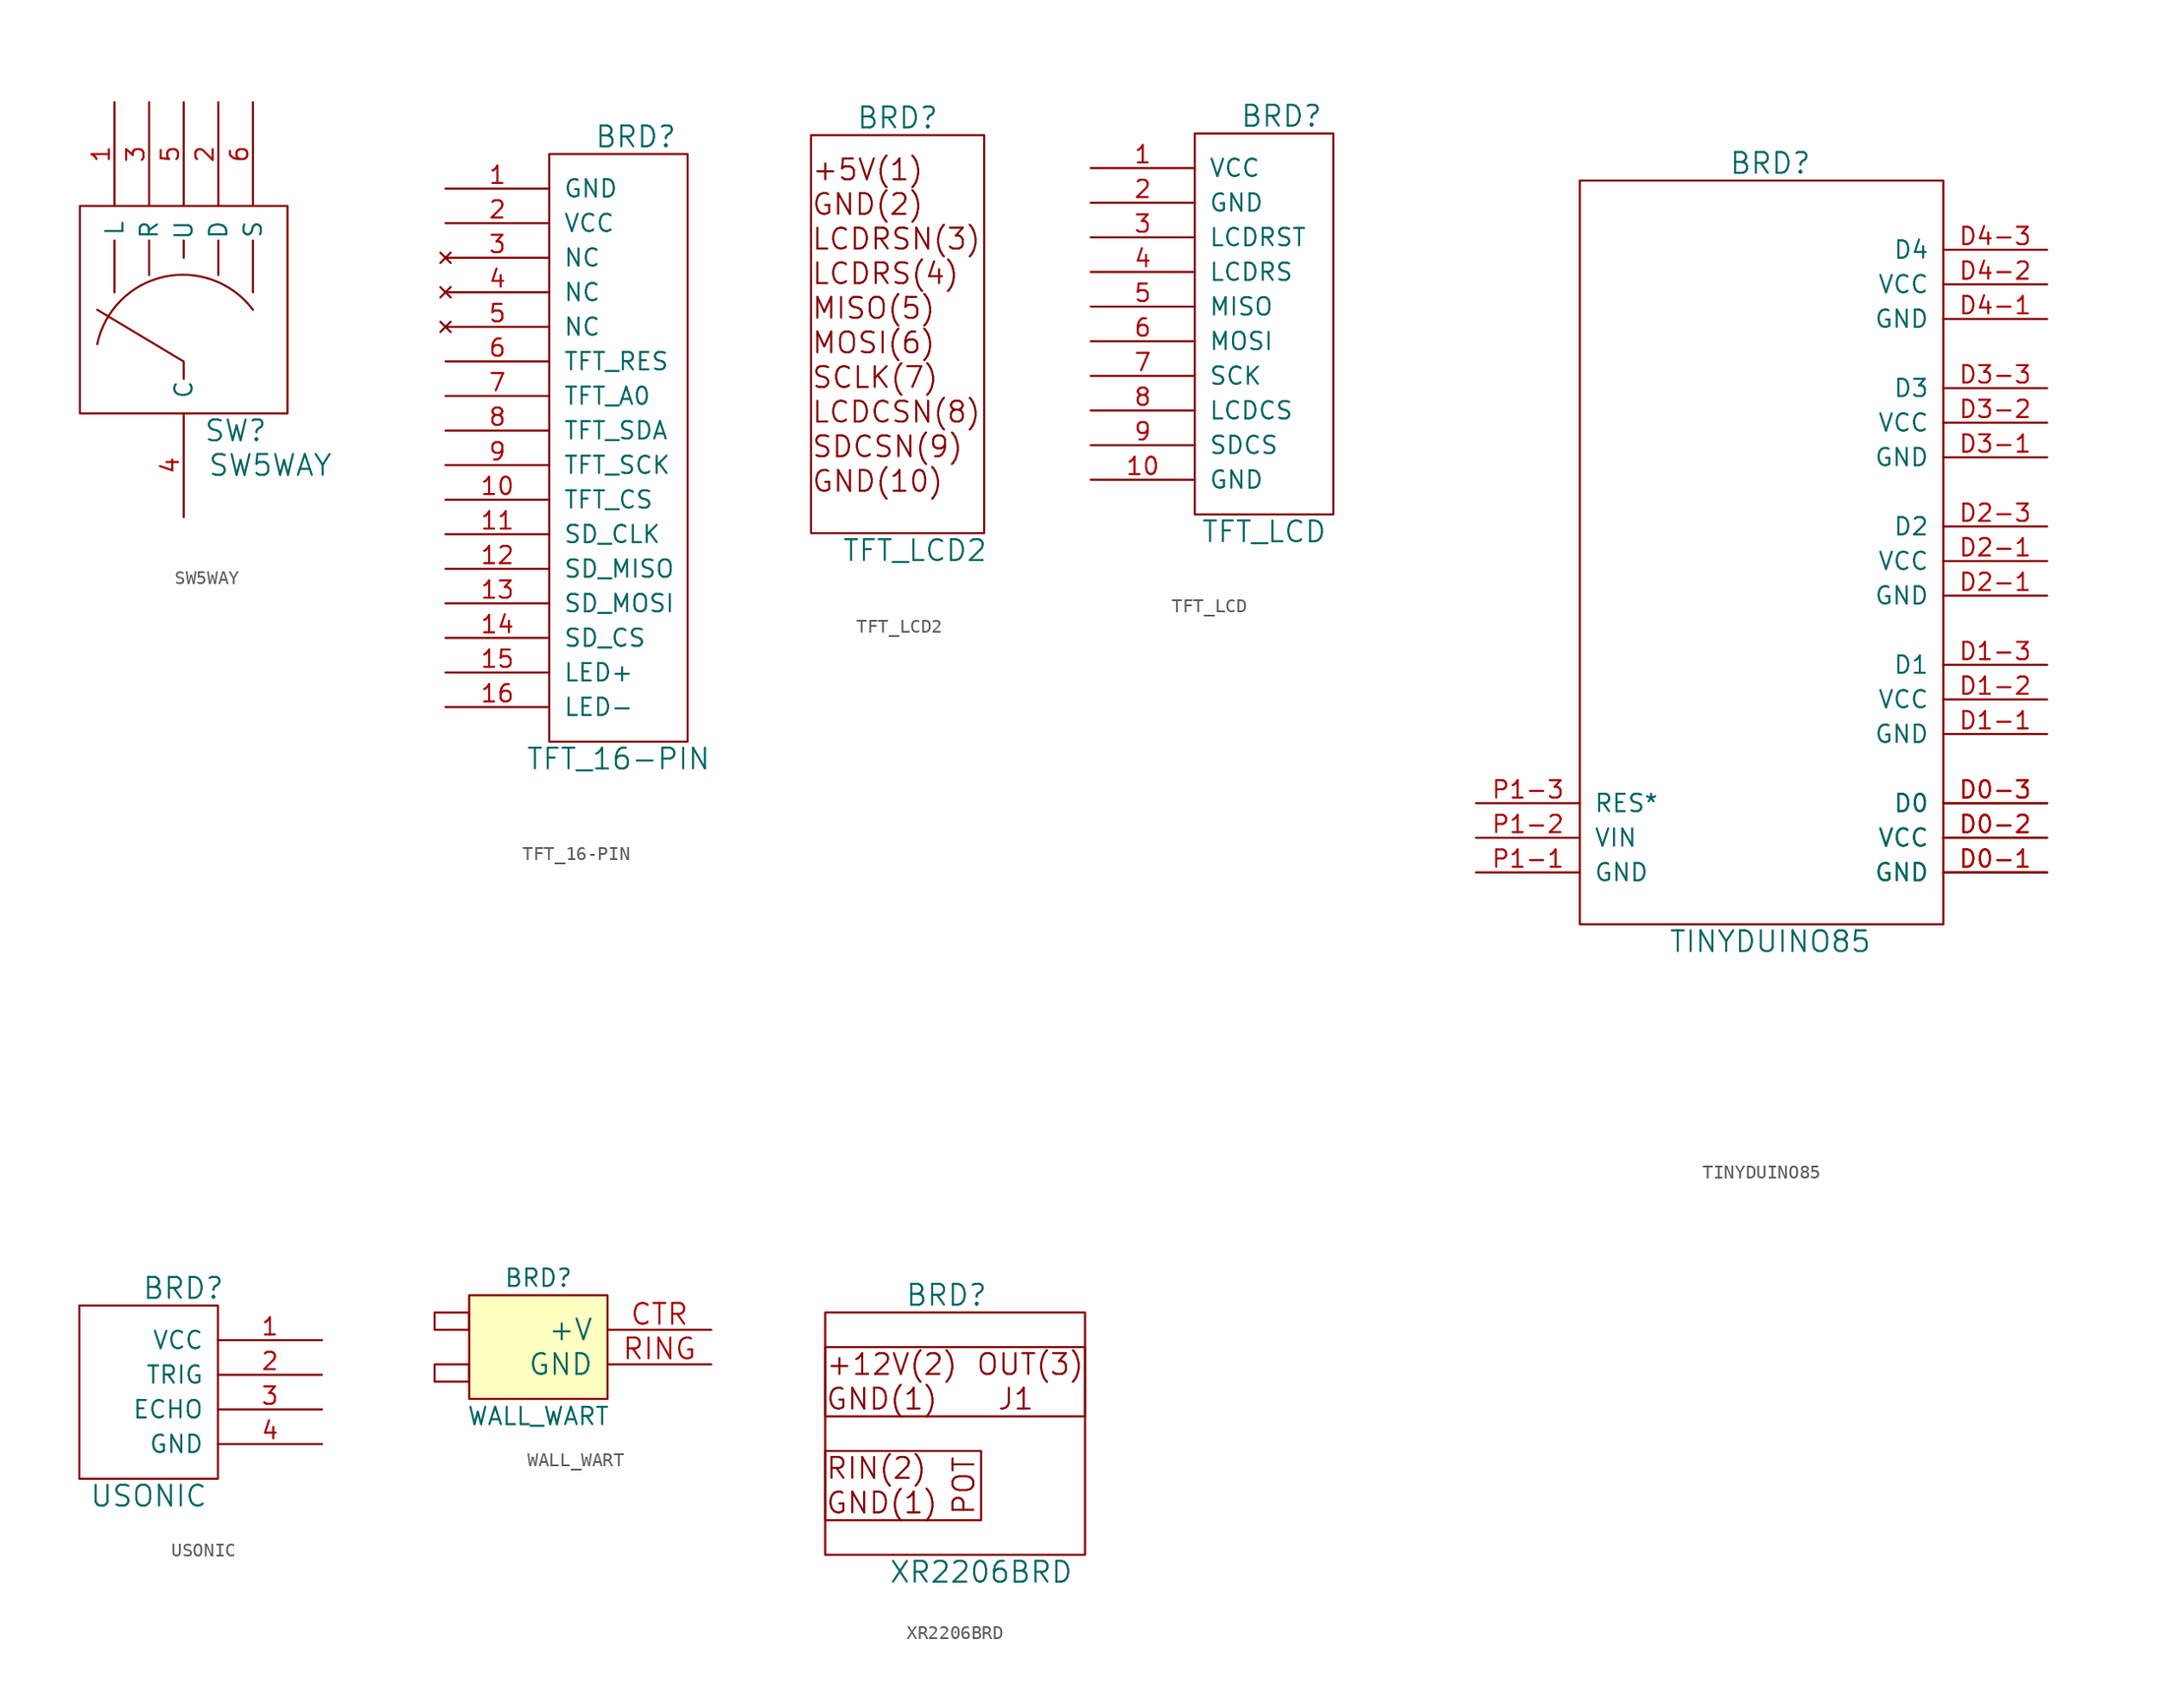
<source format=kicad_sym>
(kicad_symbol_lib
  (version 20220914)
  (generator kicad_symbol_editor)
  (symbol "SW5WAY"
    (pin_names
      (offset 1.016))
    (property "Reference" "SW"
      (at 3.81 -6.35 0)
      (effects (font (size 1.524 1.524))))
    (property "Value" "SW5WAY"
      (at 6.35 -8.89 0)
      (effects (font (size 1.524 1.524))))
    (property "Footprint" ""
      (at 0 0 0)
      (effects (font (size 1.524 1.524))))
    (property "Datasheet" ""
      (at 0 0 0)
      (effects (font (size 1.524 1.524))))
    (symbol "SW5WAY_0_1"
      (rectangle (start -7.62 10.16) (end 7.62 -5.08) (stroke (width 0) (type default)) (fill (type none)))
      (polyline (pts (xy -5.08 7.62) (xy -5.08 3.81)) (stroke (width 0) (type default)) (fill (type none)))
      (polyline (pts (xy -2.54 7.62) (xy -2.54 5.08)) (stroke (width 0) (type default)) (fill (type none)))
      (polyline (pts (xy 0 6.35) (xy 0 7.62)) (stroke (width 0) (type default)) (fill (type none)))
      (polyline (pts (xy 2.54 7.62) (xy 2.54 5.08)) (stroke (width 0) (type default)) (fill (type none)))
      (polyline (pts (xy 5.08 7.62) (xy 5.08 3.81)) (stroke (width 0) (type default)) (fill (type none)))
      (polyline (pts (xy 0 -2.54) (xy 0 -1.27) (xy -6.35 2.54)) (stroke (width 0) (type default)) (fill (type none)))
      (arc (start 5.08 2.54) (mid -1.4539 4.9549) (end -6.35 0) (stroke (width 0) (type default)) (fill (type none))))
    (symbol "SW5WAY_1_1"
      (pin passive line (at -5.08 17.78 270) (length 7.62) (name "L" (effects (font (size 1.27 1.27)))) (number "1" (effects (font (size 1.27 1.27)))))
      (pin passive line (at 2.54 17.78 270) (length 7.62) (name "D" (effects (font (size 1.27 1.27)))) (number "2" (effects (font (size 1.27 1.27)))))
      (pin passive line (at -2.54 17.78 270) (length 7.62) (name "R" (effects (font (size 1.27 1.27)))) (number "3" (effects (font (size 1.27 1.27)))))
      (pin power_in line (at 0 -12.7 90) (length 7.62) (name "C" (effects (font (size 1.27 1.27)))) (number "4" (effects (font (size 1.27 1.27)))))
      (pin passive line (at 0 17.78 270) (length 7.62) (name "U" (effects (font (size 1.27 1.27)))) (number "5" (effects (font (size 1.27 1.27)))))
      (pin passive line (at 5.08 17.78 270) (length 7.62) (name "S" (effects (font (size 1.27 1.27)))) (number "6" (effects (font (size 1.27 1.27)))))))
  (symbol "TFT_16-PIN"
    (pin_names
      (offset 1.016))
    (property "Reference" "BRD"
      (at 2.54 22.86 0)
      (effects (font (size 1.524 1.524))))
    (property "Value" "TFT_16-PIN"
      (at 1.27 -22.86 0)
      (effects (font (size 1.524 1.524))))
    (property "Footprint" ""
      (at 0 -1.27 0)
      (effects (font (size 1.524 1.524))))
    (property "Datasheet" ""
      (at 0 -1.27 0)
      (effects (font (size 1.524 1.524))))
    (symbol "TFT_16-PIN_0_0"
      (rectangle (start 6.35 -21.59) (end -3.81 21.59) (stroke (width 0) (type default)) (fill (type none))))
    (symbol "TFT_16-PIN_1_1"
      (pin power_in line (at -11.43 19.05 0) (length 7.62) (name "GND" (effects (font (size 1.27 1.27)))) (number "1" (effects (font (size 1.27 1.27)))))
      (pin input line (at -11.43 -3.81 0) (length 7.62) (name "TFT_CS" (effects (font (size 1.27 1.27)))) (number "10" (effects (font (size 1.27 1.27)))))
      (pin input line (at -11.43 -6.35 0) (length 7.62) (name "SD_CLK" (effects (font (size 1.27 1.27)))) (number "11" (effects (font (size 1.27 1.27)))))
      (pin output line (at -11.43 -8.89 0) (length 7.62) (name "SD_MISO" (effects (font (size 1.27 1.27)))) (number "12" (effects (font (size 1.27 1.27)))))
      (pin input line (at -11.43 -11.43 0) (length 7.62) (name "SD_MOSI" (effects (font (size 1.27 1.27)))) (number "13" (effects (font (size 1.27 1.27)))))
      (pin input line (at -11.43 -13.97 0) (length 7.62) (name "SD_CS" (effects (font (size 1.27 1.27)))) (number "14" (effects (font (size 1.27 1.27)))))
      (pin input line (at -11.43 -16.51 0) (length 7.62) (name "LED+" (effects (font (size 1.27 1.27)))) (number "15" (effects (font (size 1.27 1.27)))))
      (pin power_in line (at -11.43 -19.05 0) (length 7.62) (name "LED-" (effects (font (size 1.27 1.27)))) (number "16" (effects (font (size 1.27 1.27)))))
      (pin power_in line (at -11.43 16.51 0) (length 7.62) (name "VCC" (effects (font (size 1.27 1.27)))) (number "2" (effects (font (size 1.27 1.27)))))
      (pin no_connect line (at -11.43 13.97 0) (length 7.62) (name "NC" (effects (font (size 1.27 1.27)))) (number "3" (effects (font (size 1.27 1.27)))))
      (pin no_connect line (at -11.43 11.43 0) (length 7.62) (name "NC" (effects (font (size 1.27 1.27)))) (number "4" (effects (font (size 1.27 1.27)))))
      (pin no_connect line (at -11.43 8.89 0) (length 7.62) (name "NC" (effects (font (size 1.27 1.27)))) (number "5" (effects (font (size 1.27 1.27)))))
      (pin input line (at -11.43 6.35 0) (length 7.62) (name "TFT_RES" (effects (font (size 1.27 1.27)))) (number "6" (effects (font (size 1.27 1.27)))))
      (pin input line (at -11.43 3.81 0) (length 7.62) (name "TFT_A0" (effects (font (size 1.27 1.27)))) (number "7" (effects (font (size 1.27 1.27)))))
      (pin bidirectional line (at -11.43 1.27 0) (length 7.62) (name "TFT_SDA" (effects (font (size 1.27 1.27)))) (number "8" (effects (font (size 1.27 1.27)))))
      (pin input line (at -11.43 -1.27 0) (length 7.62) (name "TFT_SCK" (effects (font (size 1.27 1.27)))) (number "9" (effects (font (size 1.27 1.27)))))))
  (symbol "TFT_LCD2"
    (pin_names
      (offset 1.016))
    (property "Reference" "BRD"
      (at -1.27 17.78 0)
      (effects (font (size 1.524 1.524))))
    (property "Value" "TFT_LCD2"
      (at 0 -13.97 0)
      (effects (font (size 1.524 1.524))))
    (property "Footprint" ""
      (at 0 0 0)
      (effects (font (size 1.524 1.524))))
    (property "Datasheet" ""
      (at 0 0 0)
      (effects (font (size 1.524 1.524))))
    (symbol "TFT_LCD2_0_0"
      (rectangle (start 5.08 -12.7) (end -7.62 16.51) (stroke (width 0) (type default)) (fill (type none)))
      (text "+5V(1)" (at -7.62 13.97 0) (effects (font (size 1.524 1.524)) (justify left)))
      (text "GND(10)" (at -7.62 -8.89 0) (effects (font (size 1.524 1.524)) (justify left)))
      (text "GND(2)" (at -7.62 11.43 0) (effects (font (size 1.524 1.524)) (justify left)))
      (text "LCDCSN(8)" (at -7.62 -3.81 0) (effects (font (size 1.524 1.524)) (justify left)))
      (text "LCDRS(4)" (at -7.62 6.35 0) (effects (font (size 1.524 1.524)) (justify left)))
      (text "LCDRSN(3)" (at -7.62 8.89 0) (effects (font (size 1.524 1.524)) (justify left)))
      (text "MISO(5)" (at -7.62 3.81 0) (effects (font (size 1.524 1.524)) (justify left)))
      (text "MOSI(6)" (at -7.62 1.27 0) (effects (font (size 1.524 1.524)) (justify left)))
      (text "SCLK(7)" (at -7.62 -1.27 0) (effects (font (size 1.524 1.524)) (justify left)))
      (text "SDCSN(9)" (at -7.62 -6.35 0) (effects (font (size 1.524 1.524)) (justify left)))))
  (symbol "TFT_LCD"
    (pin_names
      (offset 1.016))
    (property "Reference" "BRD"
      (at 1.27 15.24 0)
      (effects (font (size 1.524 1.524))))
    (property "Value" "TFT_LCD"
      (at 0 -15.24 0)
      (effects (font (size 1.524 1.524))))
    (property "Footprint" ""
      (at 0 0 0)
      (effects (font (size 1.524 1.524))))
    (property "Datasheet" ""
      (at 0 0 0)
      (effects (font (size 1.524 1.524))))
    (symbol "TFT_LCD_0_0"
      (rectangle (start 5.08 -13.97) (end -5.08 13.97) (stroke (width 0) (type default)) (fill (type none))))
    (symbol "TFT_LCD_1_1"
      (pin power_in line (at -12.7 11.43 0) (length 7.62) (name "VCC" (effects (font (size 1.27 1.27)))) (number "1" (effects (font (size 1.27 1.27)))))
      (pin power_in line (at -12.7 -11.43 0) (length 7.62) (name "GND" (effects (font (size 1.27 1.27)))) (number "10" (effects (font (size 1.27 1.27)))))
      (pin power_in line (at -12.7 8.89 0) (length 7.62) (name "GND" (effects (font (size 1.27 1.27)))) (number "2" (effects (font (size 1.27 1.27)))))
      (pin input line (at -12.7 6.35 0) (length 7.62) (name "LCDRST" (effects (font (size 1.27 1.27)))) (number "3" (effects (font (size 1.27 1.27)))))
      (pin input line (at -12.7 3.81 0) (length 7.62) (name "LCDRS" (effects (font (size 1.27 1.27)))) (number "4" (effects (font (size 1.27 1.27)))))
      (pin output line (at -12.7 1.27 0) (length 7.62) (name "MISO" (effects (font (size 1.27 1.27)))) (number "5" (effects (font (size 1.27 1.27)))))
      (pin input line (at -12.7 -1.27 0) (length 7.62) (name "MOSI" (effects (font (size 1.27 1.27)))) (number "6" (effects (font (size 1.27 1.27)))))
      (pin input line (at -12.7 -3.81 0) (length 7.62) (name "SCK" (effects (font (size 1.27 1.27)))) (number "7" (effects (font (size 1.27 1.27)))))
      (pin input line (at -12.7 -6.35 0) (length 7.62) (name "LCDCS" (effects (font (size 1.27 1.27)))) (number "8" (effects (font (size 1.27 1.27)))))
      (pin input line (at -12.7 -8.89 0) (length 7.62) (name "SDCS" (effects (font (size 1.27 1.27)))) (number "9" (effects (font (size 1.27 1.27)))))))
  (symbol "TINYDUINO85"
    (pin_names
      (offset 1.016))
    (property "Reference" "BRD"
      (at 1.27 55.88 0)
      (effects (font (size 1.524 1.524))))
    (property "Value" "TINYDUINO85"
      (at 1.27 -1.27 0)
      (effects (font (size 1.524 1.524))))
    (property "Footprint" ""
      (at 8.89 -10.16 0)
      (effects (font (size 1.524 1.524))))
    (property "Datasheet" ""
      (at 8.89 -10.16 0)
      (effects (font (size 1.524 1.524))))
    (symbol "TINYDUINO85_0_1"
      (rectangle (start -12.7 0) (end 13.97 54.61) (stroke (width 0) (type default)) (fill (type none))))
    (symbol "TINYDUINO85_1_1"
      (pin power_out line (at 21.59 3.81 180) (length 7.62) (name "GND" (effects (font (size 1.27 1.27)))) (number "D0-1" (effects (font (size 1.27 1.27)))))
      (pin power_out line (at 21.59 3.81 180) (length 7.62) (name "GND" (effects (font (size 1.27 1.27)))) (number "D0-1" (effects (font (size 1.27 1.27)))))
      (pin power_out line (at 21.59 6.35 180) (length 7.62) (name "VCC" (effects (font (size 1.27 1.27)))) (number "D0-2" (effects (font (size 1.27 1.27)))))
      (pin power_out line (at 21.59 6.35 180) (length 7.62) (name "VCC" (effects (font (size 1.27 1.27)))) (number "D0-2" (effects (font (size 1.27 1.27)))))
      (pin bidirectional line (at 21.59 8.89 180) (length 7.62) (name "D0" (effects (font (size 1.27 1.27)))) (number "D0-3" (effects (font (size 1.27 1.27)))))
      (pin bidirectional line (at 21.59 8.89 180) (length 7.62) (name "D0" (effects (font (size 1.27 1.27)))) (number "D0-3" (effects (font (size 1.27 1.27)))))
      (pin power_out line (at 21.59 13.97 180) (length 7.62) (name "GND" (effects (font (size 1.27 1.27)))) (number "D1-1" (effects (font (size 1.27 1.27)))))
      (pin power_out line (at 21.59 16.51 180) (length 7.62) (name "VCC" (effects (font (size 1.27 1.27)))) (number "D1-2" (effects (font (size 1.27 1.27)))))
      (pin bidirectional line (at 21.59 19.05 180) (length 7.62) (name "D1" (effects (font (size 1.27 1.27)))) (number "D1-3" (effects (font (size 1.27 1.27)))))
      (pin power_in line (at 21.59 24.13 180) (length 7.62) (name "GND" (effects (font (size 1.27 1.27)))) (number "D2-1" (effects (font (size 1.27 1.27)))))
      (pin power_in line (at 21.59 26.67 180) (length 7.62) (name "VCC" (effects (font (size 1.27 1.27)))) (number "D2-1" (effects (font (size 1.27 1.27)))))
      (pin bidirectional line (at 21.59 29.21 180) (length 7.62) (name "D2" (effects (font (size 1.27 1.27)))) (number "D2-3" (effects (font (size 1.27 1.27)))))
      (pin power_out line (at 21.59 34.29 180) (length 7.62) (name "GND" (effects (font (size 1.27 1.27)))) (number "D3-1" (effects (font (size 1.27 1.27)))))
      (pin power_out line (at 21.59 36.83 180) (length 7.62) (name "VCC" (effects (font (size 1.27 1.27)))) (number "D3-2" (effects (font (size 1.27 1.27)))))
      (pin power_out line (at 21.59 39.37 180) (length 7.62) (name "D3" (effects (font (size 1.27 1.27)))) (number "D3-3" (effects (font (size 1.27 1.27)))))
      (pin power_out line (at 21.59 44.45 180) (length 7.62) (name "GND" (effects (font (size 1.27 1.27)))) (number "D4-1" (effects (font (size 1.27 1.27)))))
      (pin power_out line (at 21.59 46.99 180) (length 7.62) (name "VCC" (effects (font (size 1.27 1.27)))) (number "D4-2" (effects (font (size 1.27 1.27)))))
      (pin bidirectional line (at 21.59 49.53 180) (length 7.62) (name "D4" (effects (font (size 1.27 1.27)))) (number "D4-3" (effects (font (size 1.27 1.27)))))
      (pin power_in line (at -20.32 3.81 0) (length 7.62) (name "GND" (effects (font (size 1.27 1.27)))) (number "P1-1" (effects (font (size 1.27 1.27)))))
      (pin power_in line (at -20.32 6.35 0) (length 7.62) (name "VIN" (effects (font (size 1.27 1.27)))) (number "P1-2" (effects (font (size 1.27 1.27)))))
      (pin input line (at -20.32 8.89 0) (length 7.62) (name "RES*" (effects (font (size 1.27 1.27)))) (number "P1-3" (effects (font (size 1.27 1.27)))))))
  (symbol "USONIC"
    (pin_names
      (offset 1.016))
    (property "Reference" "BRD"
      (at 2.54 13.97 0)
      (effects (font (size 1.524 1.524))))
    (property "Value" "USONIC"
      (at 0 -1.27 0)
      (effects (font (size 1.524 1.524))))
    (property "Footprint" ""
      (at 0 0 0)
      (effects (font (size 1.524 1.524))))
    (property "Datasheet" ""
      (at 0 0 0)
      (effects (font (size 1.524 1.524))))
    (symbol "USONIC_0_0"
      (rectangle (start -5.08 0) (end 5.08 12.7) (stroke (width 0) (type default)) (fill (type none))))
    (symbol "USONIC_1_1"
      (pin power_in line (at 12.7 10.16 180) (length 7.62) (name "VCC" (effects (font (size 1.27 1.27)))) (number "1" (effects (font (size 1.27 1.27)))))
      (pin input line (at 12.7 7.62 180) (length 7.62) (name "TRIG" (effects (font (size 1.27 1.27)))) (number "2" (effects (font (size 1.27 1.27)))))
      (pin output line (at 12.7 5.08 180) (length 7.62) (name "ECHO" (effects (font (size 1.27 1.27)))) (number "3" (effects (font (size 1.27 1.27)))))
      (pin power_in line (at 12.7 2.54 180) (length 7.62) (name "GND" (effects (font (size 1.27 1.27)))) (number "4" (effects (font (size 1.27 1.27)))))))
  (symbol "WALL_WART"
    (pin_names
      (offset 1.016))
    (property "Reference" "BRD"
      (at 0 5.08 0)
      (effects (font (size 1.27 1.27))))
    (property "Value" "WALL_WART"
      (at 0 -5.08 0)
      (effects (font (size 1.27 1.27))))
    (property "Footprint" ""
      (at -2.54 0 0)
      (effects (font (size 1.524 1.524))))
    (property "Datasheet" ""
      (at -2.54 0 0)
      (effects (font (size 1.524 1.524))))
    (symbol "WALL_WART_0_1"
      (rectangle (start -7.62 -1.27) (end -5.08 -2.54) (stroke (width 0) (type default)) (fill (type none)))
      (rectangle (start -7.62 2.54) (end -5.08 1.27) (stroke (width 0) (type default)) (fill (type none)))
      (rectangle (start -5.08 3.81) (end 5.08 -3.81) (stroke (width 0) (type default)) (fill (type background))))
    (symbol "WALL_WART_1_1"
      (pin power_out line (at 12.7 1.27 180) (length 7.62) (name "+V" (effects (font (size 1.524 1.524)))) (number "CTR" (effects (font (size 1.524 1.524)))))
      (pin power_out line (at 12.7 -1.27 180) (length 7.62) (name "GND" (effects (font (size 1.524 1.524)))) (number "RING" (effects (font (size 1.524 1.524)))))))
  (symbol "XR2206BRD"
    (pin_names
      (offset 1.016))
    (property "Reference" "BRD"
      (at 1.27 7.62 0)
      (effects (font (size 1.524 1.524))))
    (property "Value" "XR2206BRD"
      (at 3.81 -12.7 0)
      (effects (font (size 1.524 1.524))))
    (property "Footprint" ""
      (at 0 0 0)
      (effects (font (size 1.524 1.524))))
    (property "Datasheet" ""
      (at 0 0 0)
      (effects (font (size 1.524 1.524))))
    (symbol "XR2206BRD_0_0"
      (rectangle (start -7.62 3.81) (end 11.43 -1.27) (stroke (width 0) (type default)) (fill (type none)))
      (rectangle (start 3.81 -8.89) (end -7.62 -3.81) (stroke (width 0) (type default)) (fill (type none)))
      (text "+12V(2)" (at -7.62 2.54 0) (effects (font (size 1.524 1.524)) (justify left)))
      (text "GND(1)" (at -7.62 -7.62 0) (effects (font (size 1.524 1.524)) (justify left)))
      (text "GND(1)" (at -7.62 0 0) (effects (font (size 1.524 1.524)) (justify left)))
      (text "J1" (at 6.35 0 0) (effects (font (size 1.524 1.524))))
      (text "OUT(3)" (at 11.43 2.54 0) (effects (font (size 1.524 1.524)) (justify right)))
      (text "POT" (at 2.54 -6.35 900) (effects (font (size 1.524 1.524))))
      (text "RIN(2)" (at -7.62 -5.08 0) (effects (font (size 1.524 1.524)) (justify left))))
    (symbol "XR2206BRD_0_1"
      (rectangle (start -7.62 6.35) (end 11.43 -11.43) (stroke (width 0) (type default)) (fill (type none))))))
</source>
